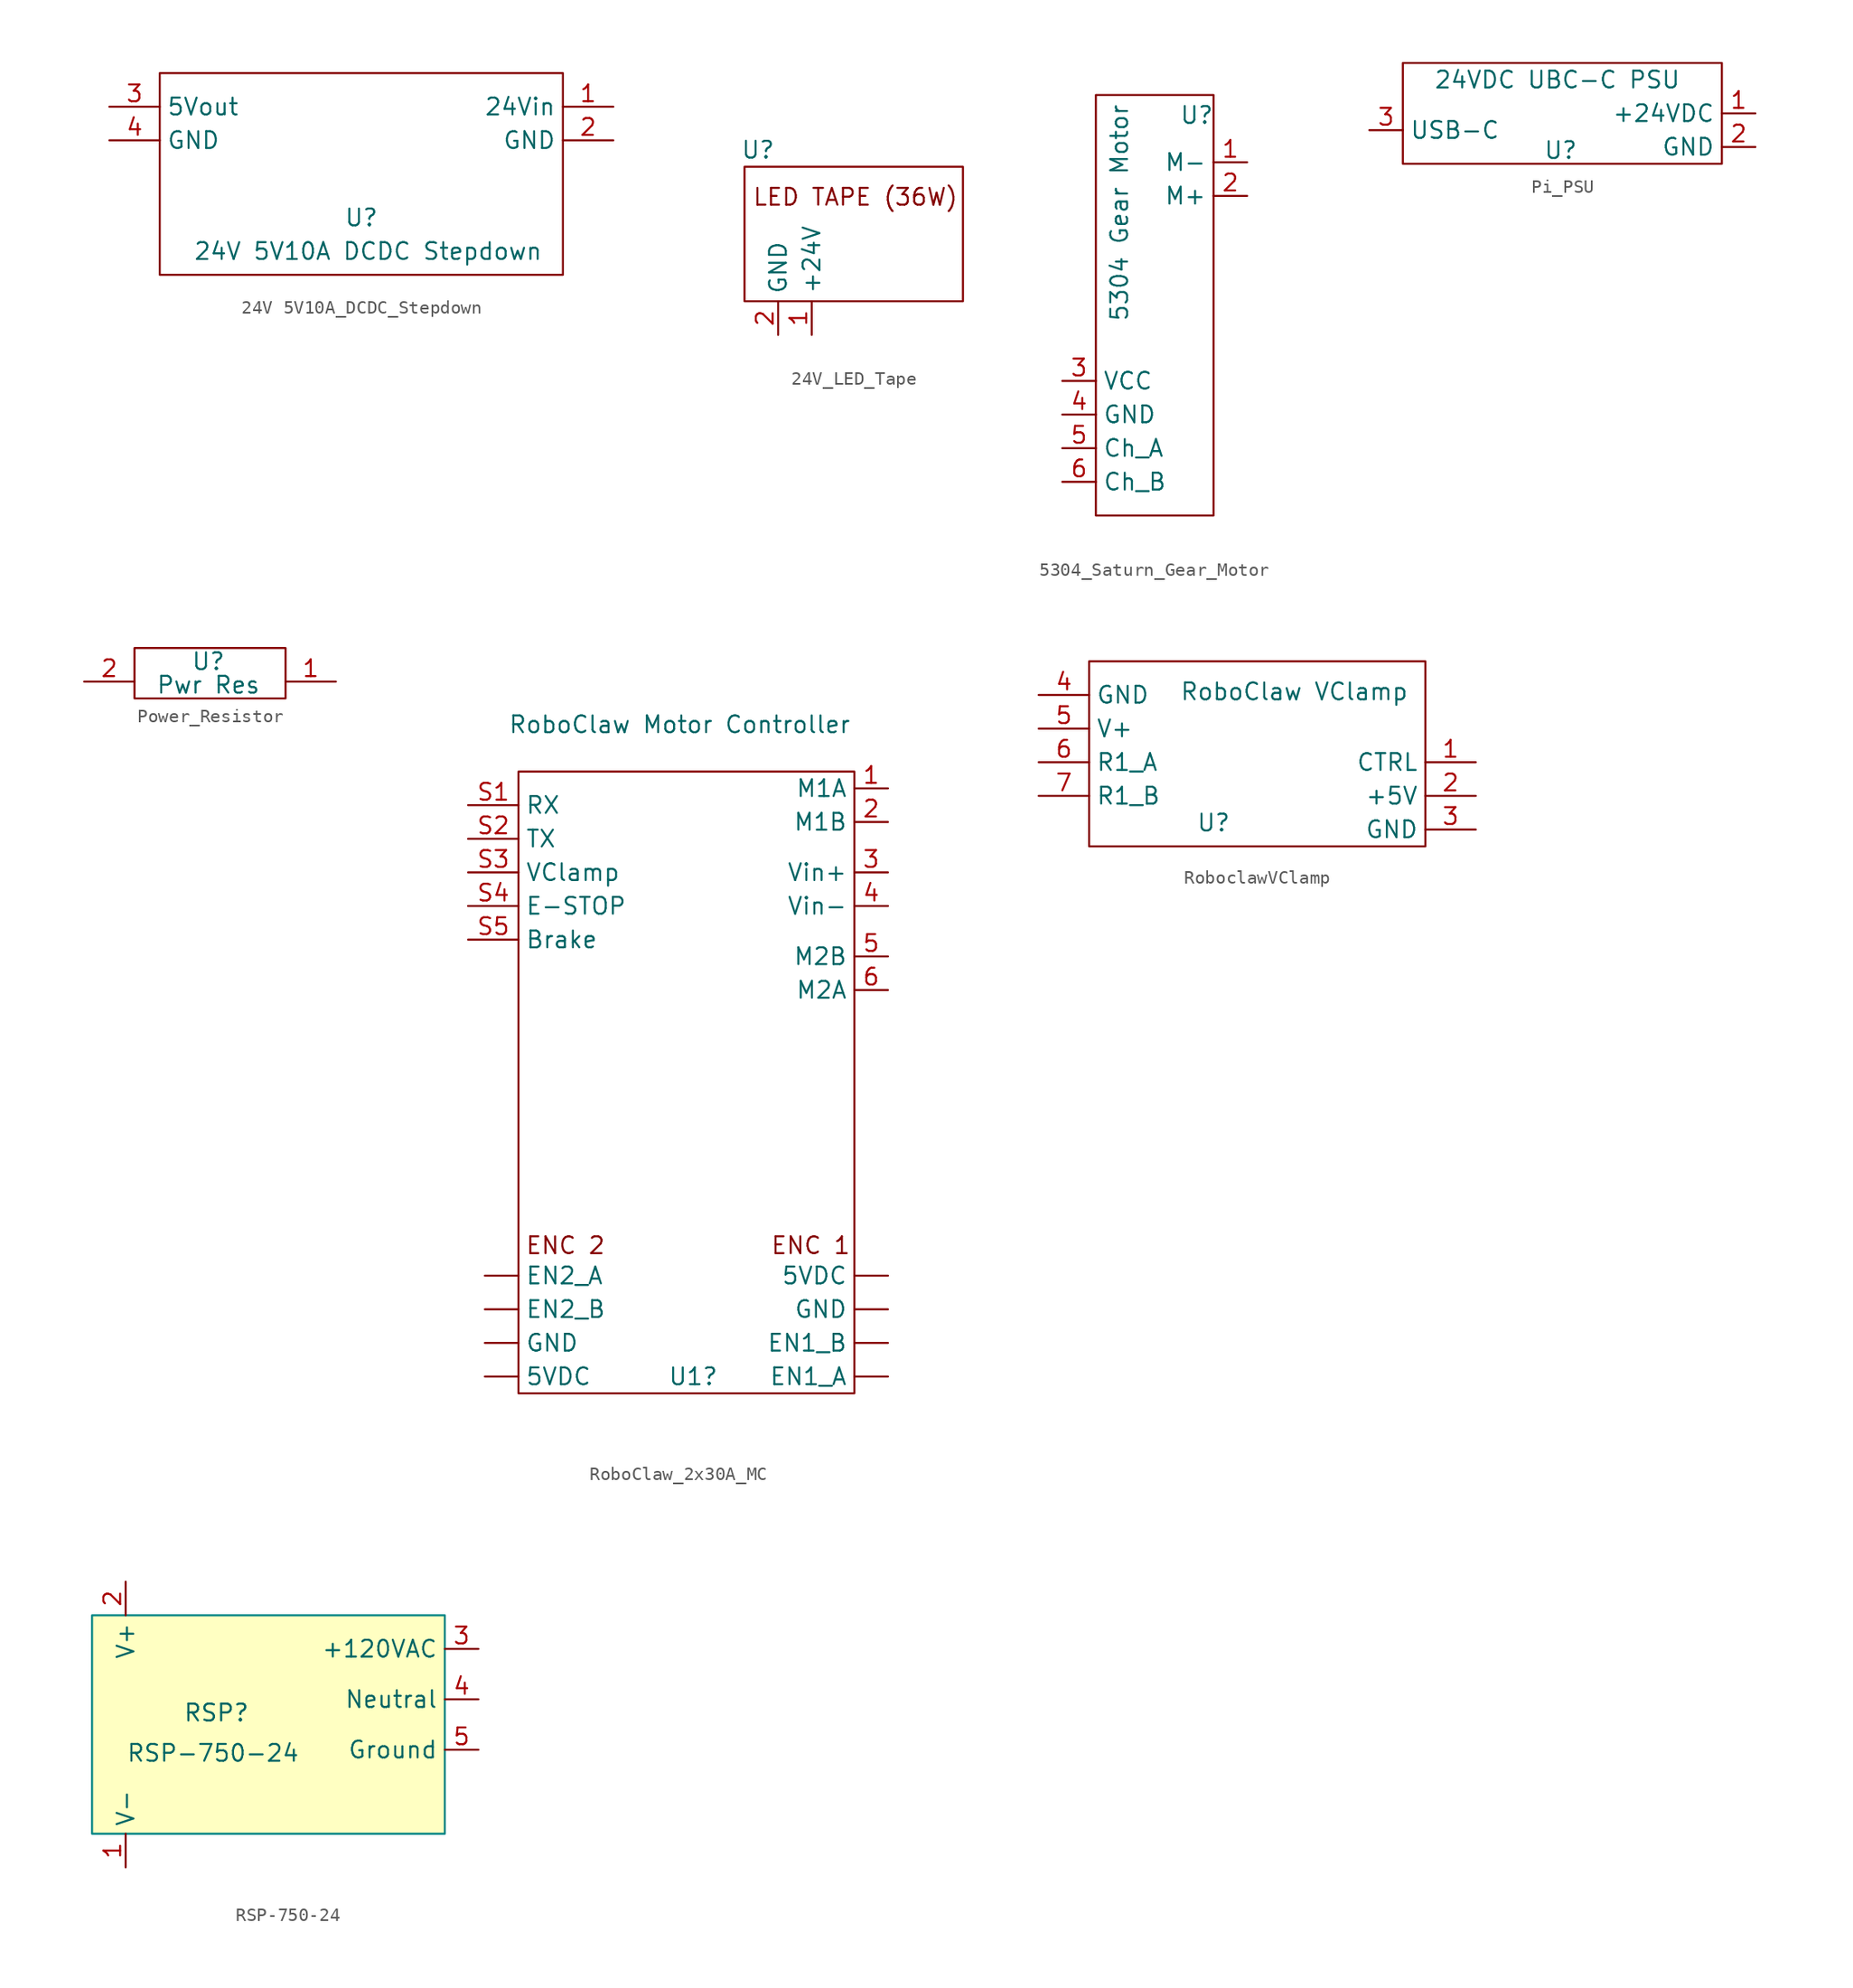
<source format=kicad_sym>
(kicad_symbol_lib
  (version 20241209)
  (generator "kicad_symbol_editor")
  (generator_version "9.0")
  (symbol "24V 5V10A_DCDC_Stepdown"
    (property "Reference" "U"
      (at 8.89 -3.302 0)
      (effects (font (size 1.27 1.27))))
    (property "Value" "24V 5V10A DCDC Stepdown"
      (at 9.398 -5.842 0)
      (effects (font (size 1.27 1.27))))
    (symbol "24V 5V10A_DCDC_Stepdown_0_1"
      (rectangle (start -6.35 7.62) (end 24.13 -7.62) (stroke (width 0) (type default)) (fill (type none))))
    (symbol "24V 5V10A_DCDC_Stepdown_1_1"
      (pin power_out line (at -10.16 5.08 0) (length 3.81) (name "5Vout" (effects (font (size 1.27 1.27)))) (number "3" (effects (font (size 1.27 1.27)))))
      (pin power_out line (at -10.16 2.54 0) (length 3.81) (name "GND" (effects (font (size 1.27 1.27)))) (number "4" (effects (font (size 1.27 1.27)))))
      (pin power_in line (at 27.94 5.08 180) (length 3.81) (name "24Vin" (effects (font (size 1.27 1.27)))) (number "1" (effects (font (size 1.27 1.27)))))
      (pin power_in line (at 27.94 2.54 180) (length 3.81) (name "GND" (effects (font (size 1.27 1.27)))) (number "2" (effects (font (size 1.27 1.27)))))))
  (symbol "24V_LED_Tape"
    (property "Reference" "U"
      (at -1.524 -5.08 0)
      (effects (font (size 1.27 1.27))))
    (property "Value" ""
      (at 0 0 0)
      (effects (font (size 1.27 1.27))))
    (symbol "24V_LED_Tape_0_1"
      (rectangle (start -2.54 -6.35) (end 13.97 -16.51) (stroke (width 0) (type default)) (fill (type none))))
    (symbol "24V_LED_Tape_1_1"
      (text "LED TAPE (36W)" (at 5.842 -8.636 0) (effects (font (size 1.27 1.27))))
      (pin power_in line (at 0 -19.05 90) (length 2.54) (name "GND" (effects (font (size 1.27 1.27)))) (number "2" (effects (font (size 1.27 1.27)))))
      (pin power_in line (at 2.54 -19.05 90) (length 2.54) (name "+24V" (effects (font (size 1.27 1.27)))) (number "1" (effects (font (size 1.27 1.27)))))))
  (symbol "5304_Saturn_Gear_Motor"
    (property "Reference" "U"
      (at -3.81 14.986 0)
      (effects (font (size 1.27 1.27))))
    (property "Value" "5304 Gear Motor"
      (at -9.652 7.62 90)
      (effects (font (size 1.27 1.27))))
    (symbol "5304_Saturn_Gear_Motor_0_1"
      (rectangle (start -11.43 16.51) (end -2.54 -15.24) (stroke (width 0) (type default)) (fill (type none))))
    (symbol "5304_Saturn_Gear_Motor_1_1"
      (pin power_in line (at -13.97 -5.08 0) (length 2.54) (name "VCC" (effects (font (size 1.27 1.27)))) (number "3" (effects (font (size 1.27 1.27)))))
      (pin power_in line (at -13.97 -7.62 0) (length 2.54) (name "GND" (effects (font (size 1.27 1.27)))) (number "4" (effects (font (size 1.27 1.27)))))
      (pin output line (at -13.97 -10.16 0) (length 2.54) (name "Ch_A" (effects (font (size 1.27 1.27)))) (number "5" (effects (font (size 1.27 1.27)))))
      (pin output line (at -13.97 -12.7 0) (length 2.54) (name "Ch_B" (effects (font (size 1.27 1.27)))) (number "6" (effects (font (size 1.27 1.27)))))
      (pin power_out line (at 0 11.43 180) (length 2.54) (name "M-" (effects (font (size 1.27 1.27)))) (number "1" (effects (font (size 1.27 1.27)))))
      (pin power_in line (at 0 8.89 180) (length 2.54) (name "M+" (effects (font (size 1.27 1.27)))) (number "2" (effects (font (size 1.27 1.27)))))))
  (symbol "Pi_PSU"
    (property "Reference" "U"
      (at 3.048 -9.144 0)
      (effects (font (size 1.27 1.27))))
    (property "Value" "24VDC UBC-C PSU"
      (at 2.794 -3.81 0)
      (effects (font (size 1.27 1.27))))
    (symbol "Pi_PSU_0_1"
      (rectangle (start -8.89 -2.54) (end 15.24 -10.16) (stroke (width 0) (type default)) (fill (type none))))
    (symbol "Pi_PSU_1_1"
      (pin output line (at -11.43 -7.62 0) (length 2.54) (name "USB-C" (effects (font (size 1.27 1.27)))) (number "3" (effects (font (size 1.27 1.27)))))
      (pin power_in line (at 17.78 -6.35 180) (length 2.54) (name "+24VDC" (effects (font (size 1.27 1.27)))) (number "1" (effects (font (size 1.27 1.27)))))
      (pin power_out line (at 17.78 -8.89 180) (length 2.54) (name "GND" (effects (font (size 1.27 1.27)))) (number "2" (effects (font (size 1.27 1.27)))))))
  (symbol "Power_Resistor"
    (property "Reference" "U"
      (at 6.858 2.794 0)
      (effects (font (size 1.27 1.27))))
    (property "Value" "Pwr Res"
      (at 6.858 1.016 0)
      (effects (font (size 1.27 1.27))))
    (symbol "Power_Resistor_0_1"
      (rectangle (start 1.27 3.81) (end 12.7 0) (stroke (width 0) (type default)) (fill (type none))))
    (symbol "Power_Resistor_1_1"
      (pin bidirectional line (at -2.54 1.27 0) (length 3.81) (name "" (effects (font (size 1.27 1.27)))) (number "2" (effects (font (size 1.27 1.27)))))
      (pin bidirectional line (at 16.51 1.27 180) (length 3.81) (name "" (effects (font (size 1.27 1.27)))) (number "1" (effects (font (size 1.27 1.27)))))))
  (symbol "RoboClaw_2x30A_MC"
    (property "Reference" "U1"
      (at -4.572 -33.02 0)
      (effects (font (size 1.27 1.27))))
    (property "Value" "RoboClaw Motor Controller"
      (at -5.588 16.256 0)
      (effects (font (size 1.27 1.27))))
    (symbol "RoboClaw_2x30A_MC_0_1"
      (rectangle (start -17.78 12.7) (end 7.62 -34.29) (stroke (width 0) (type default)) (fill (type none))))
    (symbol "RoboClaw_2x30A_MC_1_1"
      (text "ENC 2" (at -14.224 -23.114 0) (effects (font (size 1.27 1.27))))
      (text "ENC 1" (at 4.318 -23.114 0) (effects (font (size 1.27 1.27))))
      (pin bidirectional line (at -21.59 10.16 0) (length 3.81) (name "RX" (effects (font (size 1.27 1.27)))) (number "S1" (effects (font (size 1.27 1.27)))))
      (pin bidirectional line (at -21.59 7.62 0) (length 3.81) (name "TX" (effects (font (size 1.27 1.27)))) (number "S2" (effects (font (size 1.27 1.27)))))
      (pin bidirectional line (at -21.59 5.08 0) (length 3.81) (name "VClamp" (effects (font (size 1.27 1.27)))) (number "S3" (effects (font (size 1.27 1.27)))))
      (pin bidirectional line (at -21.59 2.54 0) (length 3.81) (name "E-STOP" (effects (font (size 1.27 1.27)))) (number "S4" (effects (font (size 1.27 1.27)))))
      (pin bidirectional line (at -21.59 0 0) (length 3.81) (name "Brake" (effects (font (size 1.27 1.27)))) (number "S5" (effects (font (size 1.27 1.27)))))
      (pin input line (at -20.32 -25.4 0) (length 2.54) (name "EN2_A" (effects (font (size 1.27 1.27)))) (number "" (effects (font (size 1.27 1.27)))))
      (pin input line (at -20.32 -27.94 0) (length 2.54) (name "EN2_B" (effects (font (size 1.27 1.27)))) (number "" (effects (font (size 1.27 1.27)))))
      (pin power_out line (at -20.32 -30.48 0) (length 2.54) (name "GND" (effects (font (size 1.27 1.27)))) (number "" (effects (font (size 1.27 1.27)))))
      (pin power_out line (at -20.32 -33.02 0) (length 2.54) (name "5VDC" (effects (font (size 1.27 1.27)))) (number "" (effects (font (size 1.27 1.27)))))
      (pin power_out line (at 10.16 11.43 180) (length 2.54) (name "M1A" (effects (font (size 1.27 1.27)))) (number "1" (effects (font (size 1.27 1.27)))))
      (pin power_out line (at 10.16 8.89 180) (length 2.54) (name "M1B" (effects (font (size 1.27 1.27)))) (number "2" (effects (font (size 1.27 1.27)))))
      (pin power_in line (at 10.16 5.08 180) (length 2.54) (name "Vin+" (effects (font (size 1.27 1.27)))) (number "3" (effects (font (size 1.27 1.27)))))
      (pin power_in line (at 10.16 2.54 180) (length 2.54) (name "Vin-" (effects (font (size 1.27 1.27)))) (number "4" (effects (font (size 1.27 1.27)))))
      (pin power_out line (at 10.16 -1.27 180) (length 2.54) (name "M2B" (effects (font (size 1.27 1.27)))) (number "5" (effects (font (size 1.27 1.27)))))
      (pin power_out line (at 10.16 -3.81 180) (length 2.54) (name "M2A" (effects (font (size 1.27 1.27)))) (number "6" (effects (font (size 1.27 1.27)))))
      (pin power_out line (at 10.16 -25.4 180) (length 2.54) (name "5VDC" (effects (font (size 1.27 1.27)))) (number "" (effects (font (size 1.27 1.27)))))
      (pin power_out line (at 10.16 -27.94 180) (length 2.54) (name "GND" (effects (font (size 1.27 1.27)))) (number "" (effects (font (size 1.27 1.27)))))
      (pin input line (at 10.16 -30.48 180) (length 2.54) (name "EN1_B" (effects (font (size 1.27 1.27)))) (number "" (effects (font (size 1.27 1.27)))))
      (pin input line (at 10.16 -33.02 180) (length 2.54) (name "EN1_A" (effects (font (size 1.27 1.27)))) (number "" (effects (font (size 1.27 1.27)))))))
  (symbol "RoboclawVClamp"
    (property "Reference" "U"
      (at 13.208 -9.652 0)
      (effects (font (size 1.27 1.27))))
    (property "Value" "RoboClaw VClamp"
      (at 19.304 0.254 0)
      (effects (font (size 1.27 1.27))))
    (symbol "RoboclawVClamp_0_1"
      (rectangle (start 3.81 2.54) (end 29.21 -11.43) (stroke (width 0) (type default)) (fill (type none))))
    (symbol "RoboclawVClamp_1_1"
      (pin bidirectional line (at 0 0 0) (length 3.81) (name "GND" (effects (font (size 1.27 1.27)))) (number "4" (effects (font (size 1.27 1.27)))))
      (pin bidirectional line (at 0 -2.54 0) (length 3.81) (name "V+" (effects (font (size 1.27 1.27)))) (number "5" (effects (font (size 1.27 1.27)))))
      (pin bidirectional line (at 0 -5.08 0) (length 3.81) (name "R1_A" (effects (font (size 1.27 1.27)))) (number "6" (effects (font (size 1.27 1.27)))))
      (pin bidirectional line (at 0 -7.62 0) (length 3.81) (name "R1_B" (effects (font (size 1.27 1.27)))) (number "7" (effects (font (size 1.27 1.27)))))
      (pin bidirectional line (at 33.02 -5.08 180) (length 3.81) (name "CTRL" (effects (font (size 1.27 1.27)))) (number "1" (effects (font (size 1.27 1.27)))))
      (pin bidirectional line (at 33.02 -7.62 180) (length 3.81) (name "+5V" (effects (font (size 1.27 1.27)))) (number "2" (effects (font (size 1.27 1.27)))))
      (pin bidirectional line (at 33.02 -10.16 180) (length 3.81) (name "GND" (effects (font (size 1.27 1.27)))) (number "3" (effects (font (size 1.27 1.27)))))))
  (symbol "RSP-750-24"
    (power)
    (property "Reference" "RSP"
      (at -8.382 0.254 0)
      (effects (font (size 1.27 1.27) (thickness 0.159))))
    (property "Value" "RSP-750-24"
      (at -8.636 -2.794 0)
      (effects (font (size 1.27 1.27))))
    (symbol "RSP-750-24_0_1"
      (rectangle (start -17.78 7.62) (end 8.89 -8.89) (stroke (width 0) (type default) (color 0 132 132 1)) (fill (type color) (color 255 255 194 1))))
    (symbol "RSP-750-24_1_1"
      (pin power_out line (at -15.24 10.16 270) (length 2.54) (name "V+" (effects (font (size 1.27 1.27)))) (number "2" (effects (font (size 1.27 1.27)))))
      (pin power_out line (at -15.24 -11.43 90) (length 2.54) (name "V-" (effects (font (size 1.27 1.27)))) (number "1" (effects (font (size 1.27 1.27)))))
      (pin power_in line (at 11.43 5.08 180) (length 2.54) (name "+120VAC" (effects (font (size 1.27 1.27)))) (number "3" (effects (font (size 1.27 1.27)))))
      (pin power_in line (at 11.43 1.27 180) (length 2.54) (name "Neutral" (effects (font (size 1.27 1.27)))) (number "4" (effects (font (size 1.27 1.27)))))
      (pin power_in line (at 11.43 -2.54 180) (length 2.54) (name "Ground" (effects (font (size 1.27 1.27)))) (number "5" (effects (font (size 1.27 1.27))))))))
</source>
